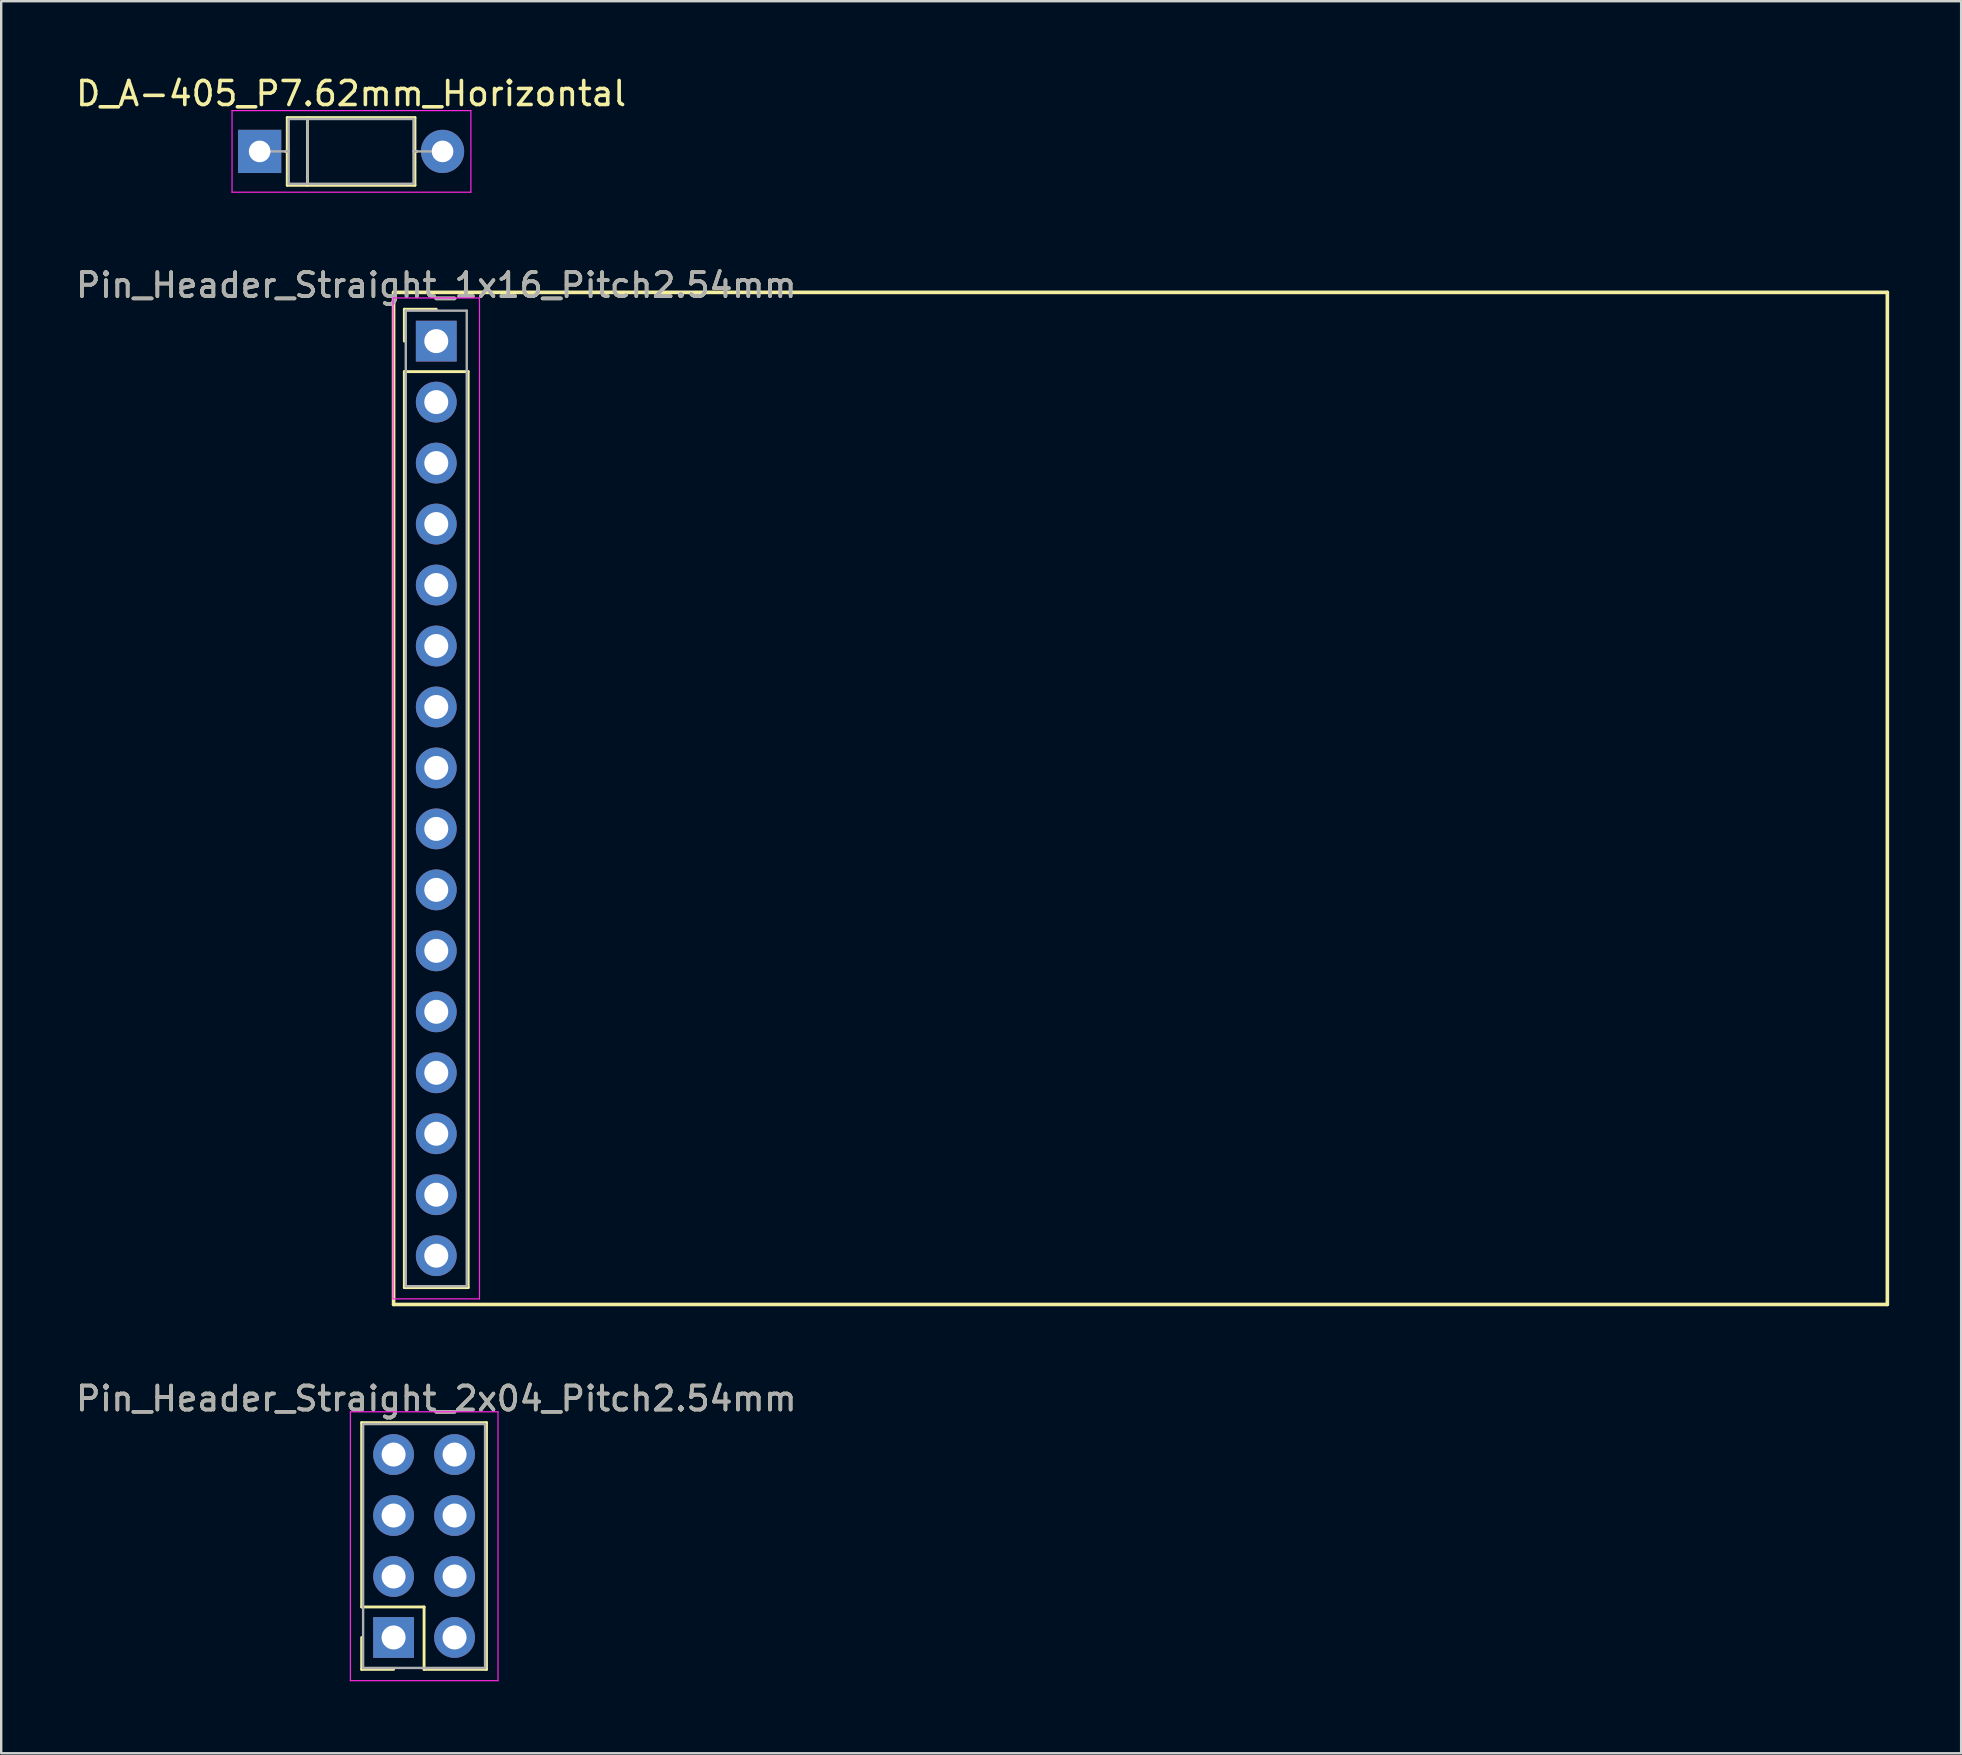
<source format=kicad_pcb>
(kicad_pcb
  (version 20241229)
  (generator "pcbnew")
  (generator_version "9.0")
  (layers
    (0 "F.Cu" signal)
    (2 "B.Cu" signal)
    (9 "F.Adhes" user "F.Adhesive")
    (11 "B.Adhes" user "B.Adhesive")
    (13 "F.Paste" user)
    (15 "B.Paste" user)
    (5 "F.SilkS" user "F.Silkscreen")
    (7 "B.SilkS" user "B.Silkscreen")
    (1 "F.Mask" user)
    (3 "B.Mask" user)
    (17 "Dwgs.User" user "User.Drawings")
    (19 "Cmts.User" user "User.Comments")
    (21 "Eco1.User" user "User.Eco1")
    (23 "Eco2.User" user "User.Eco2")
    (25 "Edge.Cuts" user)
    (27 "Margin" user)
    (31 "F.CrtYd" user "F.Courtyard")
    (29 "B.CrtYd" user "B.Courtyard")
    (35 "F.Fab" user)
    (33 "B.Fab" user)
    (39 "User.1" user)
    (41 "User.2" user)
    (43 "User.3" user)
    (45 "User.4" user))
  (footprint "D_A-405_P7.62mm_Horizontal"
    (layer "F.Cu")
    (at 7.767 3.258)
    (property "Reference" "D_A-405_P7.62mm_Horizontal" (at 3.81 -2.41 0) (layer "F.SilkS") (effects (font (size 1 1) (thickness 0.15))))
    (attr through_hole)
    (fp_line (start 1.08 0) (end 1.15 0) (stroke (width 0.12) (type solid)) (layer "F.SilkS"))
    (fp_line (start 1.15 -1.41) (end 1.15 1.41) (stroke (width 0.12) (type solid)) (layer "F.SilkS"))
    (fp_line (start 1.15 1.41) (end 6.47 1.41) (stroke (width 0.12) (type solid)) (layer "F.SilkS"))
    (fp_line (start 1.99 -1.41) (end 1.99 1.41) (stroke (width 0.12) (type solid)) (layer "F.SilkS"))
    (fp_line (start 6.47 -1.41) (end 1.15 -1.41) (stroke (width 0.12) (type solid)) (layer "F.SilkS"))
    (fp_line (start 6.47 1.41) (end 6.47 -1.41) (stroke (width 0.12) (type solid)) (layer "F.SilkS"))
    (fp_line (start 6.54 0) (end 6.47 0) (stroke (width 0.12) (type solid)) (layer "F.SilkS"))
    (fp_line (start -1.15 -1.7) (end -1.15 1.7) (stroke (width 0.05) (type solid)) (layer "F.CrtYd"))
    (fp_line (start -1.15 1.7) (end 8.8 1.7) (stroke (width 0.05) (type solid)) (layer "F.CrtYd"))
    (fp_line (start 8.8 -1.7) (end -1.15 -1.7) (stroke (width 0.05) (type solid)) (layer "F.CrtYd"))
    (fp_line (start 8.8 1.7) (end 8.8 -1.7) (stroke (width 0.05) (type solid)) (layer "F.CrtYd"))
    (fp_line (start 0 0) (end 1.21 0) (stroke (width 0.1) (type solid)) (layer "F.Fab"))
    (fp_line (start 1.21 -1.35) (end 1.21 1.35) (stroke (width 0.1) (type solid)) (layer "F.Fab"))
    (fp_line (start 1.21 1.35) (end 6.41 1.35) (stroke (width 0.1) (type solid)) (layer "F.Fab"))
    (fp_line (start 1.99 -1.35) (end 1.99 1.35) (stroke (width 0.1) (type solid)) (layer "F.Fab"))
    (fp_line (start 6.41 -1.35) (end 1.21 -1.35) (stroke (width 0.1) (type solid)) (layer "F.Fab"))
    (fp_line (start 6.41 1.35) (end 6.41 -1.35) (stroke (width 0.1) (type solid)) (layer "F.Fab"))
    (fp_line (start 7.62 0) (end 6.41 0) (stroke (width 0.1) (type solid)) (layer "F.Fab"))
    (pad "1" thru_hole rect (at 0 0) (size 1.8 1.8) (drill 0.9) (layers "*.Cu" "*.Mask"))
    (pad "2" thru_hole oval (at 7.62 0) (size 1.8 1.8) (drill 0.9) (layers "*.Cu" "*.Mask")))
  (footprint "Pin_Header_Straight_1x16_Pitch2.54mm"
    (layer "F.Cu")
    (at 15.125 11.162)
    (property "Reference" "Pin_Header_Straight_1x16_Pitch2.54mm" (at 0 -2.33 0) (layer "F.SilkS") (effects (font (size 1 1) (thickness 0.15))))
    (attr through_hole)
    (fp_line (start -1.778 -2.032) (end 60.452 -2.032) (stroke (width 0.15) (type solid)) (layer "F.SilkS"))
    (fp_line (start -1.778 40.132) (end -1.778 -2.032) (stroke (width 0.15) (type solid)) (layer "F.SilkS"))
    (fp_line (start -1.33 -1.33) (end 0 -1.33) (stroke (width 0.12) (type solid)) (layer "F.SilkS"))
    (fp_line (start -1.33 0) (end -1.33 -1.33) (stroke (width 0.12) (type solid)) (layer "F.SilkS"))
    (fp_line (start -1.33 1.27) (end -1.33 39.43) (stroke (width 0.12) (type solid)) (layer "F.SilkS"))
    (fp_line (start -1.33 39.43) (end 1.33 39.43) (stroke (width 0.12) (type solid)) (layer "F.SilkS"))
    (fp_line (start 1.33 1.27) (end -1.33 1.27) (stroke (width 0.12) (type solid)) (layer "F.SilkS"))
    (fp_line (start 1.33 39.43) (end 1.33 1.27) (stroke (width 0.12) (type solid)) (layer "F.SilkS"))
    (fp_line (start 60.452 -2.032) (end 60.452 40.132) (stroke (width 0.15) (type solid)) (layer "F.SilkS"))
    (fp_line (start 60.452 40.132) (end -1.778 40.132) (stroke (width 0.15) (type solid)) (layer "F.SilkS"))
    (fp_line (start -1.8 -1.8) (end -1.8 39.9) (stroke (width 0.05) (type solid)) (layer "F.CrtYd"))
    (fp_line (start -1.8 39.9) (end 1.8 39.9) (stroke (width 0.05) (type solid)) (layer "F.CrtYd"))
    (fp_line (start 1.8 -1.8) (end -1.8 -1.8) (stroke (width 0.05) (type solid)) (layer "F.CrtYd"))
    (fp_line (start 1.8 39.9) (end 1.8 -1.8) (stroke (width 0.05) (type solid)) (layer "F.CrtYd"))
    (fp_line (start -1.27 -1.27) (end -1.27 39.37) (stroke (width 0.1) (type solid)) (layer "F.Fab"))
    (fp_line (start -1.27 39.37) (end 1.27 39.37) (stroke (width 0.1) (type solid)) (layer "F.Fab"))
    (fp_line (start 1.27 -1.27) (end -1.27 -1.27) (stroke (width 0.1) (type solid)) (layer "F.Fab"))
    (fp_line (start 1.27 39.37) (end 1.27 -1.27) (stroke (width 0.1) (type solid)) (layer "F.Fab"))
    (fp_text user "${REFERENCE}" (at 0 -2.33 0) (layer "F.Fab") (effects (font (size 1 1) (thickness 0.15))))
    (pad "1" thru_hole rect (at 0 0) (size 1.7 1.7) (drill 1) (layers "*.Cu" "*.Mask"))
    (pad "2" thru_hole oval (at 0 2.54) (size 1.7 1.7) (drill 1) (layers "*.Cu" "*.Mask"))
    (pad "3" thru_hole oval (at 0 5.08) (size 1.7 1.7) (drill 1) (layers "*.Cu" "*.Mask"))
    (pad "4" thru_hole oval (at 0 7.62) (size 1.7 1.7) (drill 1) (layers "*.Cu" "*.Mask"))
    (pad "5" thru_hole oval (at 0 10.16) (size 1.7 1.7) (drill 1) (layers "*.Cu" "*.Mask"))
    (pad "6" thru_hole oval (at 0 12.7) (size 1.7 1.7) (drill 1) (layers "*.Cu" "*.Mask"))
    (pad "7" thru_hole oval (at 0 15.24) (size 1.7 1.7) (drill 1) (layers "*.Cu" "*.Mask"))
    (pad "8" thru_hole oval (at 0 17.78) (size 1.7 1.7) (drill 1) (layers "*.Cu" "*.Mask"))
    (pad "9" thru_hole oval (at 0 20.32) (size 1.7 1.7) (drill 1) (layers "*.Cu" "*.Mask"))
    (pad "10" thru_hole oval (at 0 22.86) (size 1.7 1.7) (drill 1) (layers "*.Cu" "*.Mask"))
    (pad "11" thru_hole oval (at 0 25.4) (size 1.7 1.7) (drill 1) (layers "*.Cu" "*.Mask"))
    (pad "12" thru_hole oval (at 0 27.94) (size 1.7 1.7) (drill 1) (layers "*.Cu" "*.Mask"))
    (pad "13" thru_hole oval (at 0 30.48) (size 1.7 1.7) (drill 1) (layers "*.Cu" "*.Mask"))
    (pad "14" thru_hole oval (at 0 33.02) (size 1.7 1.7) (drill 1) (layers "*.Cu" "*.Mask"))
    (pad "15" thru_hole oval (at 0 35.56) (size 1.7 1.7) (drill 1) (layers "*.Cu" "*.Mask"))
    (pad "16" thru_hole oval (at 0 38.1) (size 1.7 1.7) (drill 1) (layers "*.Cu" "*.Mask")))
  (footprint "Pin_Header_Straight_2x04_Pitch2.54mm"
    (layer "F.Cu")
    (at 13.855 57.547)
    (property "Reference" "Pin_Header_Straight_2x04_Pitch2.54mm" (at 1.27 -2.33 0) (layer "F.SilkS") (effects (font (size 1 1) (thickness 0.15))))
    (attr through_hole)
    (fp_line (start -1.838 -1.33) (end 3.362 -1.33) (stroke (width 0.12) (type solid)) (layer "F.SilkS"))
    (fp_line (start -1.838 6.35) (end -1.838 -1.33) (stroke (width 0.12) (type solid)) (layer "F.SilkS"))
    (fp_line (start -1.838 7.62) (end -1.838 8.95) (stroke (width 0.12) (type solid)) (layer "F.SilkS"))
    (fp_line (start -1.838 8.95) (end -0.508 8.95) (stroke (width 0.12) (type solid)) (layer "F.SilkS"))
    (fp_line (start 0.762 6.35) (end -1.838 6.35) (stroke (width 0.12) (type solid)) (layer "F.SilkS"))
    (fp_line (start 0.762 8.95) (end 0.762 6.35) (stroke (width 0.12) (type solid)) (layer "F.SilkS"))
    (fp_line (start 3.362 -1.33) (end 3.362 8.95) (stroke (width 0.12) (type solid)) (layer "F.SilkS"))
    (fp_line (start 3.362 8.95) (end 0.762 8.95) (stroke (width 0.12) (type solid)) (layer "F.SilkS"))
    (fp_line (start -2.308 -1.78) (end 3.842 -1.78) (stroke (width 0.05) (type solid)) (layer "F.CrtYd"))
    (fp_line (start -2.308 9.42) (end -2.308 -1.78) (stroke (width 0.05) (type solid)) (layer "F.CrtYd"))
    (fp_line (start 3.842 -1.78) (end 3.842 9.42) (stroke (width 0.05) (type solid)) (layer "F.CrtYd"))
    (fp_line (start 3.842 9.42) (end -2.308 9.42) (stroke (width 0.05) (type solid)) (layer "F.CrtYd"))
    (fp_line (start -1.778 -1.27) (end 3.302 -1.27) (stroke (width 0.1) (type solid)) (layer "F.Fab"))
    (fp_line (start -1.778 8.89) (end -1.778 -1.27) (stroke (width 0.1) (type solid)) (layer "F.Fab"))
    (fp_line (start 3.302 -1.27) (end 3.302 8.89) (stroke (width 0.1) (type solid)) (layer "F.Fab"))
    (fp_line (start 3.302 8.89) (end -1.778 8.89) (stroke (width 0.1) (type solid)) (layer "F.Fab"))
    (fp_text user "${REFERENCE}" (at 1.27 -2.33 0) (layer "F.Fab") (effects (font (size 1 1) (thickness 0.15))))
    (pad "1" thru_hole rect (at -0.508 7.62 180) (size 1.7 1.7) (drill 1) (layers "*.Cu" "*.Mask"))
    (pad "2" thru_hole oval (at 2.032 7.62 180) (size 1.7 1.7) (drill 1) (layers "*.Cu" "*.Mask"))
    (pad "3" thru_hole oval (at -0.508 5.08 180) (size 1.7 1.7) (drill 1) (layers "*.Cu" "*.Mask"))
    (pad "4" thru_hole oval (at 2.032 5.08 180) (size 1.7 1.7) (drill 1) (layers "*.Cu" "*.Mask"))
    (pad "5" thru_hole oval (at -0.508 2.54 180) (size 1.7 1.7) (drill 1) (layers "*.Cu" "*.Mask"))
    (pad "6" thru_hole oval (at 2.032 2.54 180) (size 1.7 1.7) (drill 1) (layers "*.Cu" "*.Mask"))
    (pad "7" thru_hole oval (at -0.508 0 180) (size 1.7 1.7) (drill 1) (layers "*.Cu" "*.Mask"))
    (pad "8" thru_hole oval (at 2.032 0 180) (size 1.7 1.7) (drill 1) (layers "*.Cu" "*.Mask")))
  (gr_rect
    (start -3 -3)
    (end 78.652 69.992)
    (stroke (width 0.1) (type default))
    (fill no)
    (layer "Edge.Cuts")))
</source>
